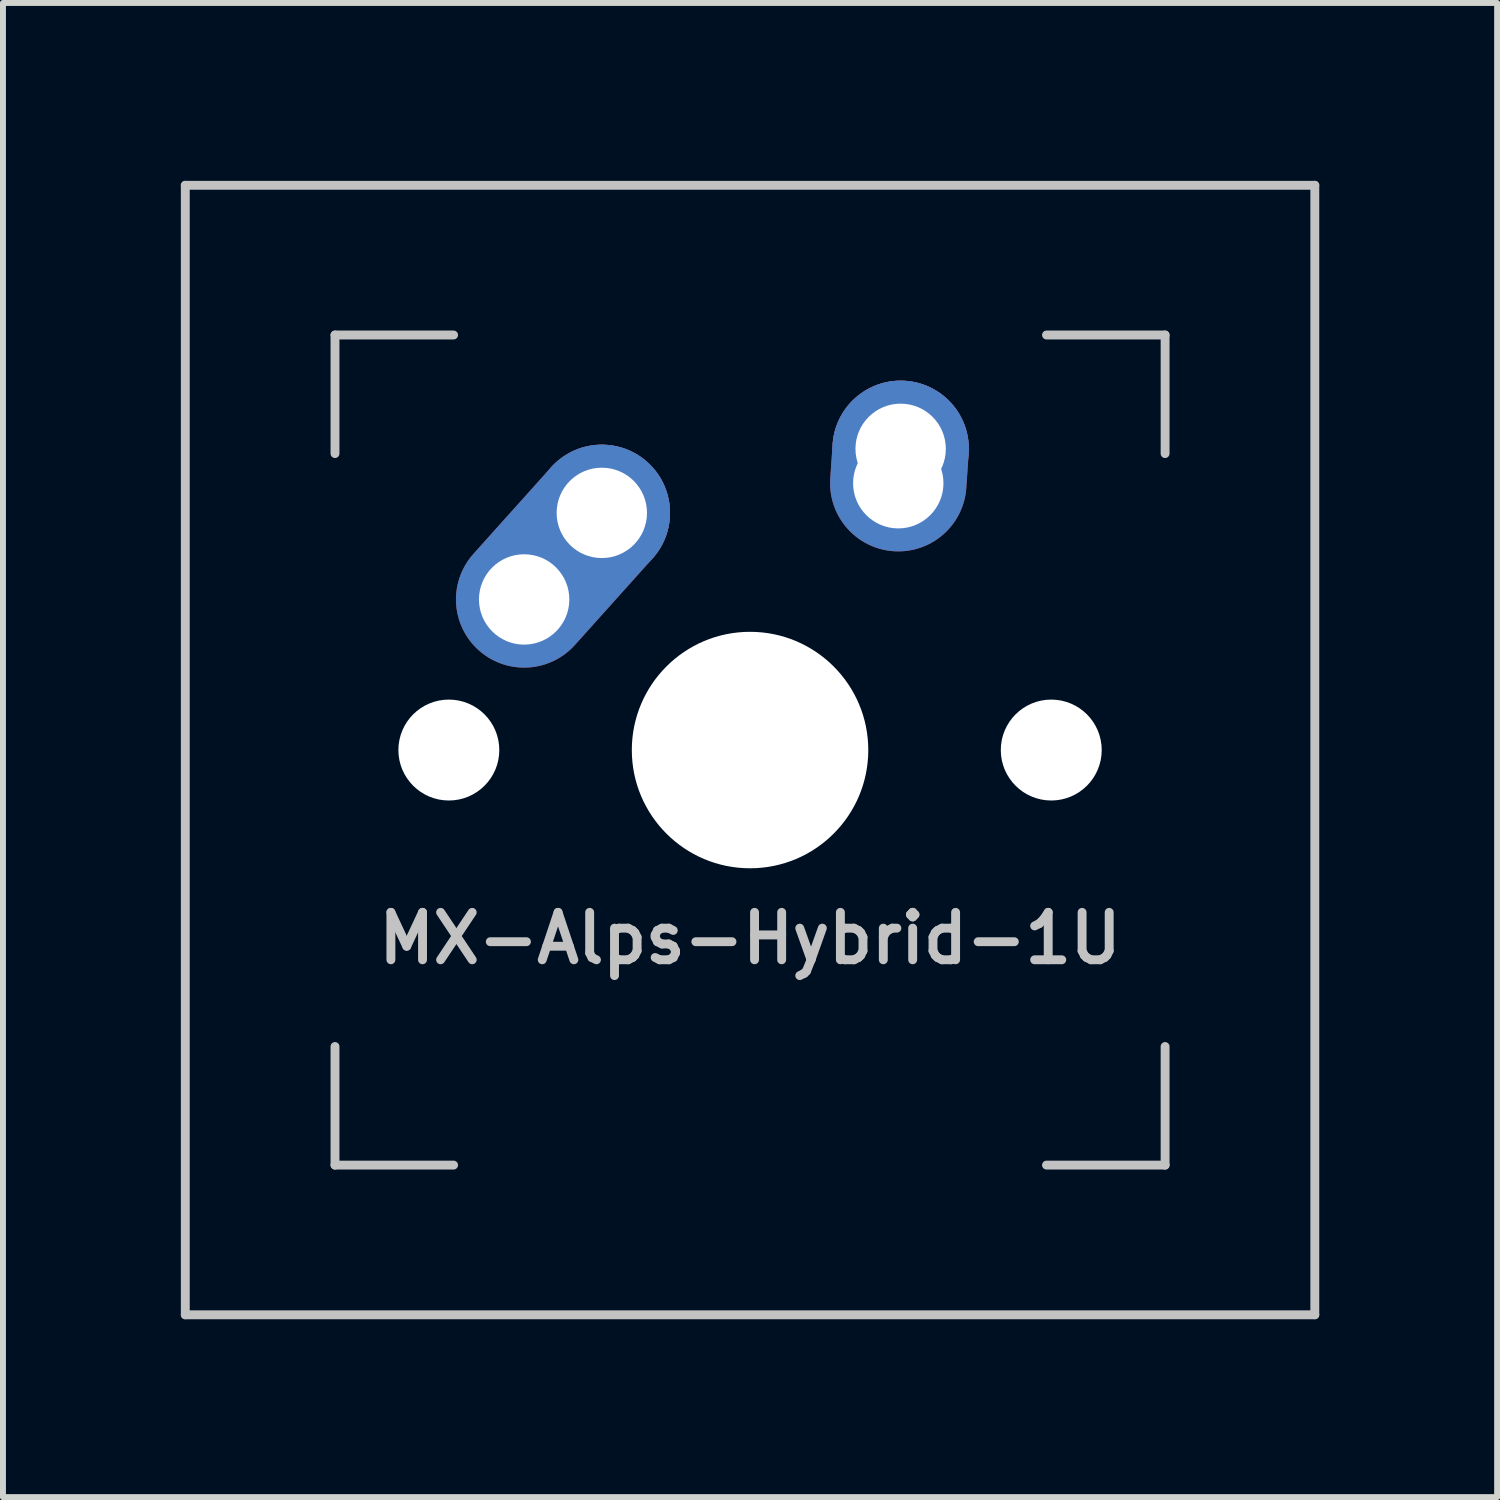
<source format=kicad_pcb>
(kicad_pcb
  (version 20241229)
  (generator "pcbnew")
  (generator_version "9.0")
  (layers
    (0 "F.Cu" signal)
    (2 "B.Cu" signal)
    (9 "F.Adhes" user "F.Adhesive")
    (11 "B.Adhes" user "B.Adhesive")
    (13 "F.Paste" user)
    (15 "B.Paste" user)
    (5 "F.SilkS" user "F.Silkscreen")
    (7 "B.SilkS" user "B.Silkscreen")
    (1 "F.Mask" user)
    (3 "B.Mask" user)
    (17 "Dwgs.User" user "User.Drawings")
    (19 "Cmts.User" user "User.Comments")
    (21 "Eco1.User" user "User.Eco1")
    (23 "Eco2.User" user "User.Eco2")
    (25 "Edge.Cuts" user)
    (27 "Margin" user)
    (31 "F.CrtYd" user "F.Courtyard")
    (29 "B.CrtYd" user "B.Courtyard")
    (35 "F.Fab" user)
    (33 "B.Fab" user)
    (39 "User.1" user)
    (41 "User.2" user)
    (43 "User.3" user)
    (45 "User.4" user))
  (footprint "MX-Alps-Hybrid-1U"
    (layer "F.Cu")
    (at 9.6 9.6)
    (property "Reference" "MX-Alps-Hybrid-1U" (at 0 3.175 0) (layer "Dwgs.User") (effects (font (size 0.8 0.8) (thickness 0.15))))
    (attr through_hole exclude_from_bom)
    (fp_line (start -9.525 9.525) (end -9.525 -9.525) (stroke (width 0.15) (type solid)) (layer "Dwgs.User"))
    (fp_line (start -7 -7) (end -7 -5) (stroke (width 0.15) (type solid)) (layer "Dwgs.User"))
    (fp_line (start -7 5) (end -7 7) (stroke (width 0.15) (type solid)) (layer "Dwgs.User"))
    (fp_line (start -7 7) (end -5 7) (stroke (width 0.15) (type solid)) (layer "Dwgs.User"))
    (fp_line (start -5 -7) (end -7 -7) (stroke (width 0.15) (type solid)) (layer "Dwgs.User"))
    (fp_line (start 5 -7) (end 7 -7) (stroke (width 0.15) (type solid)) (layer "Dwgs.User"))
    (fp_line (start 5 7) (end 7 7) (stroke (width 0.15) (type solid)) (layer "Dwgs.User"))
    (fp_line (start 7 -7) (end 7 -5) (stroke (width 0.15) (type solid)) (layer "Dwgs.User"))
    (fp_line (start 7 7) (end 7 5) (stroke (width 0.15) (type solid)) (layer "Dwgs.User"))
    (fp_line (start 9.525 -9.525) (end -9.525 -9.525) (stroke (width 0.15) (type solid)) (layer "Dwgs.User"))
    (fp_line (start 9.525 9.525) (end -9.525 9.525) (stroke (width 0.15) (type solid)) (layer "Dwgs.User"))
    (fp_line (start 9.525 9.525) (end 9.525 -9.525) (stroke (width 0.15) (type solid)) (layer "Dwgs.User"))
    (pad "" np_thru_hole circle (at -5.08 0 48.099) (size 1.702 1.702) (drill 1.702) (layers "*.Cu" "*.Mask"))
    (pad "" np_thru_hole circle (at 0 0) (size 3.988 3.988) (drill 3.988) (layers "*.Cu" "*.Mask"))
    (pad "" np_thru_hole circle (at 5.08 0 48.099) (size 1.702 1.702) (drill 1.702) (layers "*.Cu" "*.Mask"))
    (pad "1" thru_hole oval (at -3.81 -2.54 48.099) (size 4.262 2.3) (drill 1.524 (offset 0.981 0)) (layers "*.Cu" "B.Mask"))
    (pad "1" thru_hole circle (at -2.5 -4) (size 2.3 2.3) (drill 1.524) (layers "*.Cu" "B.Mask"))
    (pad "2" thru_hole oval (at 2.5 -4.5 86.054) (size 2.881 2.3) (drill 1.524 (offset 0.291 0)) (layers "*.Cu" "B.Mask"))
    (pad "2" thru_hole circle (at 2.54 -5.08) (size 2.3 2.3) (drill 1.524) (layers "*.Cu" "B.Mask")))
  (gr_rect
    (start -3 -3)
    (end 22.2 22.2)
    (stroke (width 0.1) (type default))
    (fill no)
    (layer "Edge.Cuts")))
</source>
